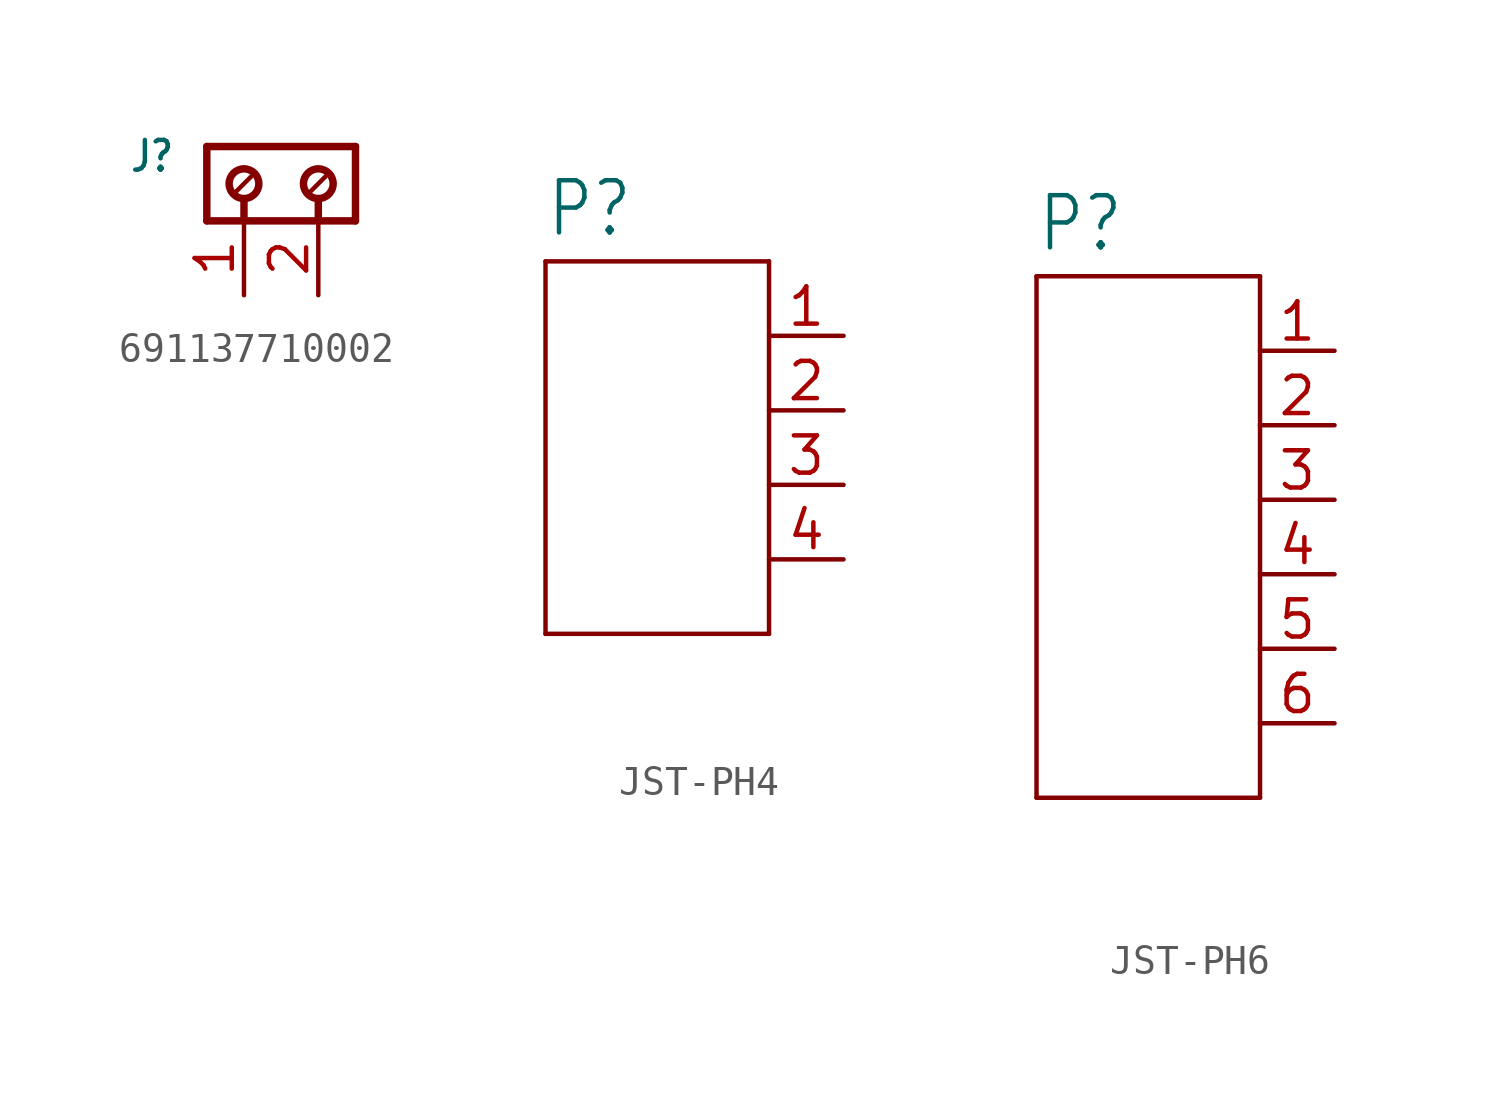
<source format=kicad_sym>
(kicad_symbol_lib
  (version 20231120)
  (generator "kicad_symbol_editor")
  (generator_version "8.0")
  (symbol "691137710002"
    (property "Reference" "J"
      (at -4.88 -0.922 0)
      (effects (font (size 1.016 0.864)) (justify right bottom)))
    (property "Value" ""
      (at -4.83 -2.58 0)
      (effects (font (size 1.016 0.864)) (justify right bottom)))
    (property "ki_locked" ""
      (at 0 0 0)
      (effects (font (size 1.27 1.27))))
    (symbol "691137710002_1_0"
      (circle (center -2.54 -1.27) (radius 0.508) (stroke (width 0.254) (type solid)) (fill (type none)))
      (circle (center 0 -1.27) (radius 0.508) (stroke (width 0.254) (type solid)) (fill (type none)))
      (polyline (pts (xy -3.81 -2.54) (xy -3.81 0)) (stroke (width 0.254) (type solid)) (fill (type none)))
      (polyline (pts (xy -3.81 0) (xy 1.27 0)) (stroke (width 0.254) (type solid)) (fill (type none)))
      (polyline (pts (xy -2.54 -2.54) (xy -3.81 -2.54)) (stroke (width 0.254) (type solid)) (fill (type none)))
      (polyline (pts (xy -2.54 -1.778) (xy -2.54 -2.54)) (stroke (width 0.254) (type solid)) (fill (type none)))
      (polyline (pts (xy -2.286 -1.016) (xy -2.794 -1.524)) (stroke (width 0.152) (type solid)) (fill (type none)))
      (polyline (pts (xy 0 -2.54) (xy -2.54 -2.54)) (stroke (width 0.254) (type solid)) (fill (type none)))
      (polyline (pts (xy 0 -1.778) (xy 0 -2.54)) (stroke (width 0.254) (type solid)) (fill (type none)))
      (polyline (pts (xy 0.254 -1.016) (xy -0.254 -1.524)) (stroke (width 0.152) (type solid)) (fill (type none)))
      (polyline (pts (xy 1.27 -2.54) (xy 0 -2.54)) (stroke (width 0.254) (type solid)) (fill (type none)))
      (polyline (pts (xy 1.27 0) (xy 1.27 -2.54)) (stroke (width 0.254) (type solid)) (fill (type none)))
      (pin passive line (at -2.54 -5.08 90) (length 2.54) (name "1" (effects (font (size 0 0)))) (number "1" (effects (font (size 1.27 1.27)))))
      (pin passive line (at 0 -5.08 90) (length 2.54) (name "2" (effects (font (size 0 0)))) (number "2" (effects (font (size 1.27 1.27)))))))
  (symbol "JST-PH4"
    (property "Reference" "P"
      (at -2.54 5.842 0)
      (effects (font (size 1.778 1.511)) (justify left bottom)))
    (property "Value" ""
      (at -2.54 -9.906 0)
      (effects (font (size 1.778 1.511)) (justify left bottom)))
    (property "ki_locked" ""
      (at 0 0 0)
      (effects (font (size 1.27 1.27))))
    (symbol "JST-PH4_1_0"
      (polyline (pts (xy -2.54 -7.62) (xy 5.08 -7.62)) (stroke (width 0.152) (type solid)) (fill (type none)))
      (polyline (pts (xy -2.54 5.08) (xy -2.54 -7.62)) (stroke (width 0.152) (type solid)) (fill (type none)))
      (polyline (pts (xy 5.08 -7.62) (xy 5.08 5.08)) (stroke (width 0.152) (type solid)) (fill (type none)))
      (polyline (pts (xy 5.08 5.08) (xy -2.54 5.08)) (stroke (width 0.152) (type solid)) (fill (type none)))
      (pin passive line (at 7.62 2.54 180) (length 2.54) (name "1" (effects (font (size 0 0)))) (number "1" (effects (font (size 1.27 1.27)))))
      (pin passive line (at 7.62 0 180) (length 2.54) (name "2" (effects (font (size 0 0)))) (number "2" (effects (font (size 1.27 1.27)))))
      (pin passive line (at 7.62 -2.54 180) (length 2.54) (name "3" (effects (font (size 0 0)))) (number "3" (effects (font (size 1.27 1.27)))))
      (pin passive line (at 7.62 -5.08 180) (length 2.54) (name "4" (effects (font (size 0 0)))) (number "4" (effects (font (size 1.27 1.27)))))))
  (symbol "JST-PH6"
    (property "Reference" "P"
      (at -2.54 8.382 0)
      (effects (font (size 1.778 1.511)) (justify left bottom)))
    (property "Value" ""
      (at -2.54 -12.446 0)
      (effects (font (size 1.778 1.511)) (justify left bottom)))
    (property "ki_locked" ""
      (at 0 0 0)
      (effects (font (size 1.27 1.27))))
    (symbol "JST-PH6_1_0"
      (polyline (pts (xy -2.54 -10.16) (xy 5.08 -10.16)) (stroke (width 0.152) (type solid)) (fill (type none)))
      (polyline (pts (xy -2.54 7.62) (xy -2.54 -10.16)) (stroke (width 0.152) (type solid)) (fill (type none)))
      (polyline (pts (xy 5.08 -10.16) (xy 5.08 7.62)) (stroke (width 0.152) (type solid)) (fill (type none)))
      (polyline (pts (xy 5.08 7.62) (xy -2.54 7.62)) (stroke (width 0.152) (type solid)) (fill (type none)))
      (pin passive line (at 7.62 5.08 180) (length 2.54) (name "1" (effects (font (size 0 0)))) (number "1" (effects (font (size 1.27 1.27)))))
      (pin passive line (at 7.62 2.54 180) (length 2.54) (name "2" (effects (font (size 0 0)))) (number "2" (effects (font (size 1.27 1.27)))))
      (pin passive line (at 7.62 0 180) (length 2.54) (name "3" (effects (font (size 0 0)))) (number "3" (effects (font (size 1.27 1.27)))))
      (pin passive line (at 7.62 -2.54 180) (length 2.54) (name "4" (effects (font (size 0 0)))) (number "4" (effects (font (size 1.27 1.27)))))
      (pin passive line (at 7.62 -5.08 180) (length 2.54) (name "5" (effects (font (size 0 0)))) (number "5" (effects (font (size 1.27 1.27)))))
      (pin passive line (at 7.62 -7.62 180) (length 2.54) (name "6" (effects (font (size 0 0)))) (number "6" (effects (font (size 1.27 1.27))))))))
</source>
